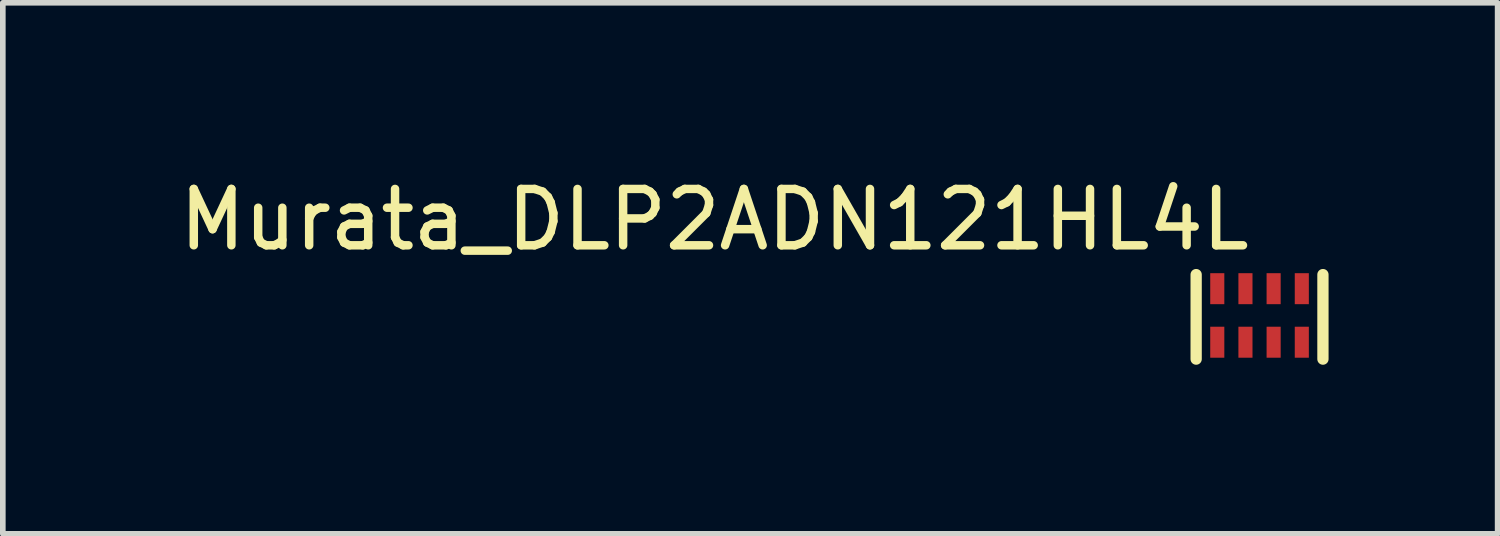
<source format=kicad_pcb>
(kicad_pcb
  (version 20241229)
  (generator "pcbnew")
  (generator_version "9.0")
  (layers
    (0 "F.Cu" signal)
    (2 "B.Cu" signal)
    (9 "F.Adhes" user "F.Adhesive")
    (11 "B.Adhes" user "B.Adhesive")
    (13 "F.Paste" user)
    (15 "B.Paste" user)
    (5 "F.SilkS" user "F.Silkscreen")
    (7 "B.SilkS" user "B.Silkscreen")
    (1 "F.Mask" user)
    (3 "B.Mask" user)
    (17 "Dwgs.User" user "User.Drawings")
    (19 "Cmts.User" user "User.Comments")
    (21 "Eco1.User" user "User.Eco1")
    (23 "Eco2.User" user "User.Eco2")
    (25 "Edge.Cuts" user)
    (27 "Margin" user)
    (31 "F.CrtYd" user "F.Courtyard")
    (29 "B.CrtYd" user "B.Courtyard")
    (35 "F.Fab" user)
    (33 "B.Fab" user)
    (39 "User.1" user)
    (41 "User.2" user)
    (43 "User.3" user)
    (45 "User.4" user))
  (footprint "Murata_DLP2ADN121HL4L"
    (layer "F.Cu")
    (at 19.302 2.548)
    (property "Reference" "Murata_DLP2ADN121HL4L" (at -0.1 -1.7 0) (unlocked yes) (layer "F.SilkS") (effects (font (size 1 1) (thickness 0.15)) (justify right)))
    (fp_line (start -1.125 -0.725) (end -1.125 0.775) (stroke (width 0.2) (type default)) (layer "F.SilkS"))
    (fp_line (start 1.125 -0.725) (end 1.125 0.775) (stroke (width 0.2) (type default)) (layer "F.SilkS"))
    (pad "1" smd rect (at -0.75 -0.475) (size 0.25 0.55) (layers "F.Cu" "F.Paste"))
    (pad "2" smd rect (at -0.75 0.475) (size 0.25 0.55) (layers "F.Cu" "F.Paste"))
    (pad "3" smd rect (at -0.25 -0.475) (size 0.25 0.55) (layers "F.Cu" "F.Paste"))
    (pad "4" smd rect (at -0.25 0.475) (size 0.25 0.55) (layers "F.Cu" "F.Paste"))
    (pad "5" smd rect (at 0.25 -0.475) (size 0.25 0.55) (layers "F.Cu" "F.Paste"))
    (pad "6" smd rect (at 0.25 0.475) (size 0.25 0.55) (layers "F.Cu" "F.Paste"))
    (pad "7" smd rect (at 0.75 -0.475) (size 0.25 0.55) (layers "F.Cu" "F.Paste"))
    (pad "8" smd rect (at 0.75 0.475) (size 0.25 0.55) (layers "F.Cu" "F.Paste")))
  (gr_rect
    (start -3 -3)
    (end 23.527 6.423)
    (stroke (width 0.1) (type default))
    (fill no)
    (layer "Edge.Cuts")))
</source>
